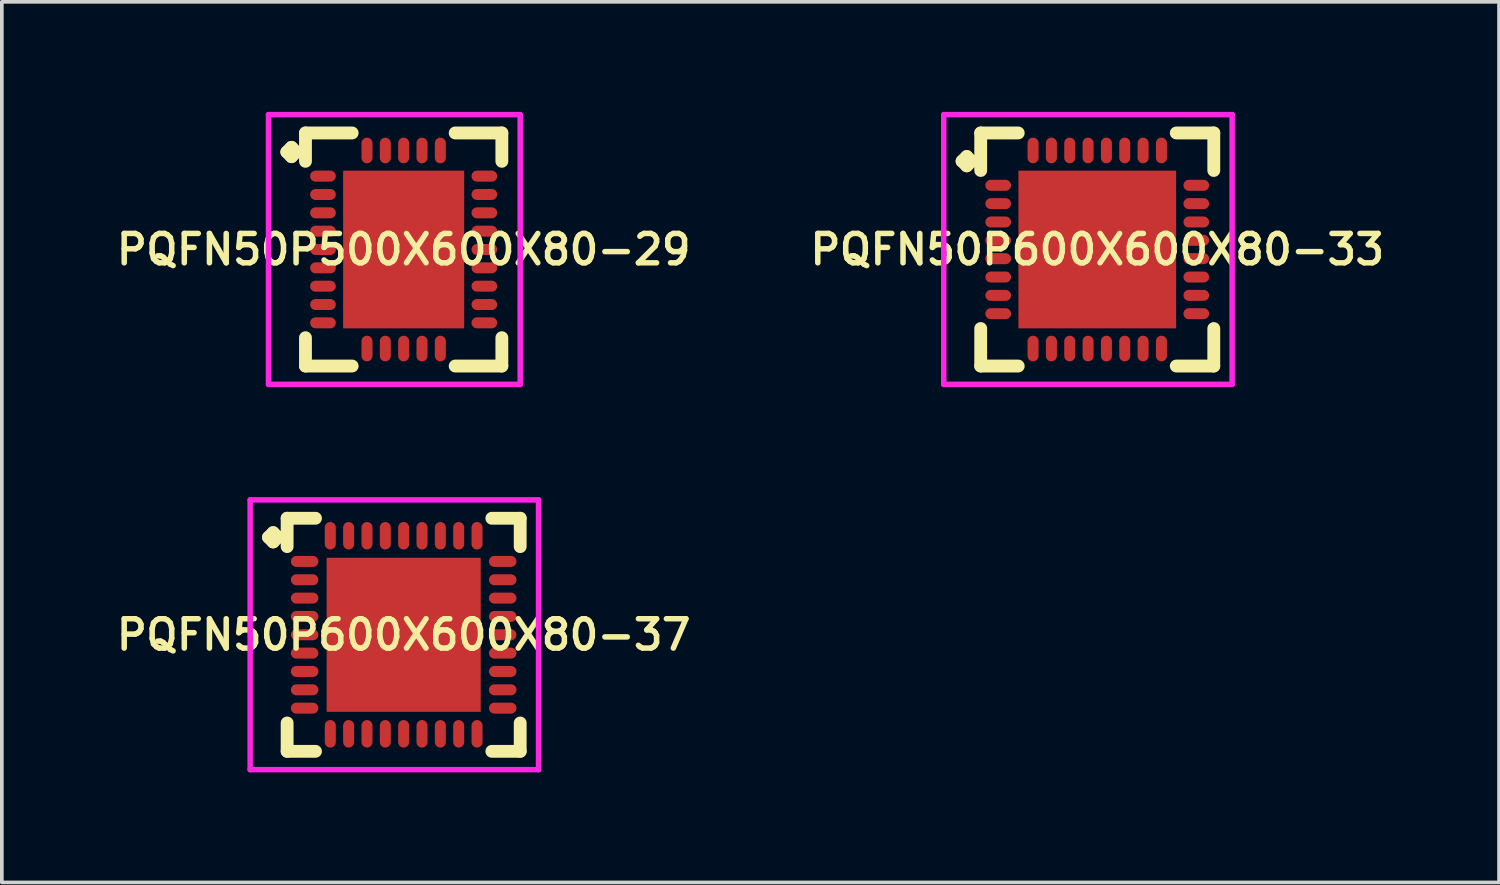
<source format=kicad_pcb>
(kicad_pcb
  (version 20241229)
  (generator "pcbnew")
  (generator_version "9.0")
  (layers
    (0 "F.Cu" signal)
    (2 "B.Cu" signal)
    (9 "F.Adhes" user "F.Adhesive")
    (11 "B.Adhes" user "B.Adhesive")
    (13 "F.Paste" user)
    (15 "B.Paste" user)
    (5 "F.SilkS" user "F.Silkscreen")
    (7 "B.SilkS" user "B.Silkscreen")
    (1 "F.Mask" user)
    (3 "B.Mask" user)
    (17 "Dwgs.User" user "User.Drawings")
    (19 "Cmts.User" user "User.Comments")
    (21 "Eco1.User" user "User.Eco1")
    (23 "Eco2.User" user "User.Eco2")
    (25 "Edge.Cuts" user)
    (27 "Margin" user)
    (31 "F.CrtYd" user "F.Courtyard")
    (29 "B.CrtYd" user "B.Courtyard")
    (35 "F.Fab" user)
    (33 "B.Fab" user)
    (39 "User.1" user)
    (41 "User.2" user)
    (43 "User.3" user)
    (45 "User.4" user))
  (footprint "PQFN50P500X600X80-29"
    (layer "F.Cu")
    (at 7.955 3.752)
    (property "Reference" "PQFN50P500X600X80-29" (at 0 0 0) (layer "F.SilkS") (effects (font (size 0.8 0.8) (thickness 0.15))))
    (attr smd)
    (fp_line (start -3.185 -2.658) (end -3.058 -2.785) (stroke (width 0.35) (type solid)) (layer "F.SilkS"))
    (fp_line (start -3.058 -2.785) (end -2.931 -2.658) (stroke (width 0.35) (type solid)) (layer "F.SilkS"))
    (fp_line (start -3.058 -2.531) (end -3.185 -2.658) (stroke (width 0.35) (type solid)) (layer "F.SilkS"))
    (fp_line (start -2.931 -2.658) (end -3.058 -2.531) (stroke (width 0.35) (type solid)) (layer "F.SilkS"))
    (fp_line (start -2.677 -3.177) (end -1.404 -3.177) (stroke (width 0.35) (type solid)) (layer "F.SilkS"))
    (fp_line (start -2.677 -2.404) (end -2.677 -3.177) (stroke (width 0.35) (type solid)) (layer "F.SilkS"))
    (fp_line (start -2.677 2.404) (end -2.677 3.177) (stroke (width 0.35) (type solid)) (layer "F.SilkS"))
    (fp_line (start -2.677 3.177) (end -1.404 3.177) (stroke (width 0.35) (type solid)) (layer "F.SilkS"))
    (fp_line (start 1.404 -3.177) (end 2.677 -3.177) (stroke (width 0.35) (type solid)) (layer "F.SilkS"))
    (fp_line (start 1.404 3.177) (end 2.677 3.177) (stroke (width 0.35) (type solid)) (layer "F.SilkS"))
    (fp_line (start 2.677 -3.177) (end 2.677 -2.404) (stroke (width 0.35) (type solid)) (layer "F.SilkS"))
    (fp_line (start 2.677 3.177) (end 2.677 2.404) (stroke (width 0.35) (type solid)) (layer "F.SilkS"))
    (fp_line (start -3.685 -3.677) (end 3.177 -3.677) (stroke (width 0.15) (type solid)) (layer "F.CrtYd"))
    (fp_line (start -3.685 3.677) (end -3.685 -3.677) (stroke (width 0.15) (type solid)) (layer "F.CrtYd"))
    (fp_line (start 3.177 -3.677) (end 3.177 3.677) (stroke (width 0.15) (type solid)) (layer "F.CrtYd"))
    (fp_line (start 3.177 3.677) (end -3.685 3.677) (stroke (width 0.15) (type solid)) (layer "F.CrtYd"))
    (pad "1" smd oval (at -2.2 -2) (size 0.7 0.3) (layers "F.Cu" "F.Mask" "F.Paste"))
    (pad "2" smd oval (at -2.2 -1.5) (size 0.7 0.3) (layers "F.Cu" "F.Mask" "F.Paste"))
    (pad "3" smd oval (at -2.2 -1) (size 0.7 0.3) (layers "F.Cu" "F.Mask" "F.Paste"))
    (pad "4" smd oval (at -2.2 -0.5) (size 0.7 0.3) (layers "F.Cu" "F.Mask" "F.Paste"))
    (pad "5" smd oval (at -2.2 0) (size 0.7 0.3) (layers "F.Cu" "F.Mask" "F.Paste"))
    (pad "6" smd oval (at -2.2 0.5) (size 0.7 0.3) (layers "F.Cu" "F.Mask" "F.Paste"))
    (pad "7" smd oval (at -2.2 1) (size 0.7 0.3) (layers "F.Cu" "F.Mask" "F.Paste"))
    (pad "8" smd oval (at -2.2 1.5) (size 0.7 0.3) (layers "F.Cu" "F.Mask" "F.Paste"))
    (pad "9" smd oval (at -2.2 2) (size 0.7 0.3) (layers "F.Cu" "F.Mask" "F.Paste"))
    (pad "10" smd oval (at -1 2.7) (size 0.3 0.7) (layers "F.Cu" "F.Mask" "F.Paste"))
    (pad "11" smd oval (at -0.5 2.7) (size 0.3 0.7) (layers "F.Cu" "F.Mask" "F.Paste"))
    (pad "12" smd oval (at 0 2.7) (size 0.3 0.7) (layers "F.Cu" "F.Mask" "F.Paste"))
    (pad "13" smd oval (at 0.5 2.7) (size 0.3 0.7) (layers "F.Cu" "F.Mask" "F.Paste"))
    (pad "14" smd oval (at 1 2.7) (size 0.3 0.7) (layers "F.Cu" "F.Mask" "F.Paste"))
    (pad "15" smd oval (at 2.2 2) (size 0.7 0.3) (layers "F.Cu" "F.Mask" "F.Paste"))
    (pad "16" smd oval (at 2.2 1.5) (size 0.7 0.3) (layers "F.Cu" "F.Mask" "F.Paste"))
    (pad "17" smd oval (at 2.2 1) (size 0.7 0.3) (layers "F.Cu" "F.Mask" "F.Paste"))
    (pad "18" smd oval (at 2.2 0.5) (size 0.7 0.3) (layers "F.Cu" "F.Mask" "F.Paste"))
    (pad "19" smd oval (at 2.2 0) (size 0.7 0.3) (layers "F.Cu" "F.Mask" "F.Paste"))
    (pad "20" smd oval (at 2.2 -0.5) (size 0.7 0.3) (layers "F.Cu" "F.Mask" "F.Paste"))
    (pad "21" smd oval (at 2.2 -1) (size 0.7 0.3) (layers "F.Cu" "F.Mask" "F.Paste"))
    (pad "22" smd oval (at 2.2 -1.5) (size 0.7 0.3) (layers "F.Cu" "F.Mask" "F.Paste"))
    (pad "23" smd oval (at 2.2 -2) (size 0.7 0.3) (layers "F.Cu" "F.Mask" "F.Paste"))
    (pad "24" smd oval (at 1 -2.7) (size 0.3 0.7) (layers "F.Cu" "F.Mask" "F.Paste"))
    (pad "25" smd oval (at 0.5 -2.7) (size 0.3 0.7) (layers "F.Cu" "F.Mask" "F.Paste"))
    (pad "26" smd oval (at 0 -2.7) (size 0.3 0.7) (layers "F.Cu" "F.Mask" "F.Paste"))
    (pad "27" smd oval (at -0.5 -2.7) (size 0.3 0.7) (layers "F.Cu" "F.Mask" "F.Paste"))
    (pad "28" smd oval (at -1 -2.7) (size 0.3 0.7) (layers "F.Cu" "F.Mask" "F.Paste"))
    (pad "29" smd rect (at 0 0) (size 3.3 4.3) (layers "F.Cu" "F.Mask" "F.Paste")))
  (footprint "PQFN50P600X600X80-37"
    (layer "F.Cu")
    (at 7.955 14.256)
    (property "Reference" "PQFN50P600X600X80-37" (at 0 0 0) (layer "F.SilkS") (effects (font (size 0.8 0.8) (thickness 0.15))))
    (attr smd)
    (fp_line (start -3.685 -2.658) (end -3.558 -2.785) (stroke (width 0.35) (type solid)) (layer "F.SilkS"))
    (fp_line (start -3.558 -2.785) (end -3.431 -2.658) (stroke (width 0.35) (type solid)) (layer "F.SilkS"))
    (fp_line (start -3.558 -2.531) (end -3.685 -2.658) (stroke (width 0.35) (type solid)) (layer "F.SilkS"))
    (fp_line (start -3.431 -2.658) (end -3.558 -2.531) (stroke (width 0.35) (type solid)) (layer "F.SilkS"))
    (fp_line (start -3.177 -3.177) (end -2.404 -3.177) (stroke (width 0.35) (type solid)) (layer "F.SilkS"))
    (fp_line (start -3.177 -2.404) (end -3.177 -3.177) (stroke (width 0.35) (type solid)) (layer "F.SilkS"))
    (fp_line (start -3.177 2.404) (end -3.177 3.177) (stroke (width 0.35) (type solid)) (layer "F.SilkS"))
    (fp_line (start -3.177 3.177) (end -2.404 3.177) (stroke (width 0.35) (type solid)) (layer "F.SilkS"))
    (fp_line (start 2.404 -3.177) (end 3.177 -3.177) (stroke (width 0.35) (type solid)) (layer "F.SilkS"))
    (fp_line (start 2.404 3.177) (end 3.177 3.177) (stroke (width 0.35) (type solid)) (layer "F.SilkS"))
    (fp_line (start 3.177 -3.177) (end 3.177 -2.404) (stroke (width 0.35) (type solid)) (layer "F.SilkS"))
    (fp_line (start 3.177 3.177) (end 3.177 2.404) (stroke (width 0.35) (type solid)) (layer "F.SilkS"))
    (fp_line (start -4.185 -3.677) (end 3.677 -3.677) (stroke (width 0.15) (type solid)) (layer "F.CrtYd"))
    (fp_line (start -4.185 3.677) (end -4.185 -3.677) (stroke (width 0.15) (type solid)) (layer "F.CrtYd"))
    (fp_line (start 3.677 -3.677) (end 3.677 3.677) (stroke (width 0.15) (type solid)) (layer "F.CrtYd"))
    (fp_line (start 3.677 3.677) (end -4.185 3.677) (stroke (width 0.15) (type solid)) (layer "F.CrtYd"))
    (pad "1" smd oval (at -2.7 -2) (size 0.75 0.3) (layers "F.Cu" "F.Mask" "F.Paste"))
    (pad "2" smd oval (at -2.7 -1.5) (size 0.75 0.3) (layers "F.Cu" "F.Mask" "F.Paste"))
    (pad "3" smd oval (at -2.7 -1) (size 0.75 0.3) (layers "F.Cu" "F.Mask" "F.Paste"))
    (pad "4" smd oval (at -2.7 -0.5) (size 0.75 0.3) (layers "F.Cu" "F.Mask" "F.Paste"))
    (pad "5" smd oval (at -2.7 0) (size 0.75 0.3) (layers "F.Cu" "F.Mask" "F.Paste"))
    (pad "6" smd oval (at -2.7 0.5) (size 0.75 0.3) (layers "F.Cu" "F.Mask" "F.Paste"))
    (pad "7" smd oval (at -2.7 1) (size 0.75 0.3) (layers "F.Cu" "F.Mask" "F.Paste"))
    (pad "8" smd oval (at -2.7 1.5) (size 0.75 0.3) (layers "F.Cu" "F.Mask" "F.Paste"))
    (pad "9" smd oval (at -2.7 2) (size 0.75 0.3) (layers "F.Cu" "F.Mask" "F.Paste"))
    (pad "10" smd oval (at -2 2.7) (size 0.3 0.75) (layers "F.Cu" "F.Mask" "F.Paste"))
    (pad "11" smd oval (at -1.5 2.7) (size 0.3 0.75) (layers "F.Cu" "F.Mask" "F.Paste"))
    (pad "12" smd oval (at -1 2.7) (size 0.3 0.75) (layers "F.Cu" "F.Mask" "F.Paste"))
    (pad "13" smd oval (at -0.5 2.7) (size 0.3 0.75) (layers "F.Cu" "F.Mask" "F.Paste"))
    (pad "14" smd oval (at 0 2.7) (size 0.3 0.75) (layers "F.Cu" "F.Mask" "F.Paste"))
    (pad "15" smd oval (at 0.5 2.7) (size 0.3 0.75) (layers "F.Cu" "F.Mask" "F.Paste"))
    (pad "16" smd oval (at 1 2.7) (size 0.3 0.75) (layers "F.Cu" "F.Mask" "F.Paste"))
    (pad "17" smd oval (at 1.5 2.7) (size 0.3 0.75) (layers "F.Cu" "F.Mask" "F.Paste"))
    (pad "18" smd oval (at 2 2.7) (size 0.3 0.75) (layers "F.Cu" "F.Mask" "F.Paste"))
    (pad "19" smd oval (at 2.7 2) (size 0.75 0.3) (layers "F.Cu" "F.Mask" "F.Paste"))
    (pad "20" smd oval (at 2.7 1.5) (size 0.75 0.3) (layers "F.Cu" "F.Mask" "F.Paste"))
    (pad "21" smd oval (at 2.7 1) (size 0.75 0.3) (layers "F.Cu" "F.Mask" "F.Paste"))
    (pad "22" smd oval (at 2.7 0.5) (size 0.75 0.3) (layers "F.Cu" "F.Mask" "F.Paste"))
    (pad "23" smd oval (at 2.7 0) (size 0.75 0.3) (layers "F.Cu" "F.Mask" "F.Paste"))
    (pad "24" smd oval (at 2.7 -0.5) (size 0.75 0.3) (layers "F.Cu" "F.Mask" "F.Paste"))
    (pad "25" smd oval (at 2.7 -1) (size 0.75 0.3) (layers "F.Cu" "F.Mask" "F.Paste"))
    (pad "26" smd oval (at 2.7 -1.5) (size 0.75 0.3) (layers "F.Cu" "F.Mask" "F.Paste"))
    (pad "27" smd oval (at 2.7 -2) (size 0.75 0.3) (layers "F.Cu" "F.Mask" "F.Paste"))
    (pad "28" smd oval (at 2 -2.7) (size 0.3 0.75) (layers "F.Cu" "F.Mask" "F.Paste"))
    (pad "29" smd oval (at 1.5 -2.7) (size 0.3 0.75) (layers "F.Cu" "F.Mask" "F.Paste"))
    (pad "30" smd oval (at 1 -2.7) (size 0.3 0.75) (layers "F.Cu" "F.Mask" "F.Paste"))
    (pad "31" smd oval (at 0.5 -2.7) (size 0.3 0.75) (layers "F.Cu" "F.Mask" "F.Paste"))
    (pad "32" smd oval (at 0 -2.7) (size 0.3 0.75) (layers "F.Cu" "F.Mask" "F.Paste"))
    (pad "33" smd oval (at -0.5 -2.7) (size 0.3 0.75) (layers "F.Cu" "F.Mask" "F.Paste"))
    (pad "34" smd oval (at -1 -2.7) (size 0.3 0.75) (layers "F.Cu" "F.Mask" "F.Paste"))
    (pad "35" smd oval (at -1.5 -2.7) (size 0.3 0.75) (layers "F.Cu" "F.Mask" "F.Paste"))
    (pad "36" smd oval (at -2 -2.7) (size 0.3 0.75) (layers "F.Cu" "F.Mask" "F.Paste"))
    (pad "37" smd rect (at 0 0) (size 4.2 4.2) (layers "F.Cu" "F.Mask" "F.Paste")))
  (footprint "PQFN50P600X600X80-33"
    (layer "F.Cu")
    (at 26.864 3.752)
    (property "Reference" "PQFN50P600X600X80-33" (at 0 0 0) (layer "F.SilkS") (effects (font (size 0.8 0.8) (thickness 0.15))))
    (attr smd)
    (fp_line (start -3.685 -2.408) (end -3.558 -2.535) (stroke (width 0.35) (type solid)) (layer "F.SilkS"))
    (fp_line (start -3.558 -2.535) (end -3.431 -2.408) (stroke (width 0.35) (type solid)) (layer "F.SilkS"))
    (fp_line (start -3.558 -2.281) (end -3.685 -2.408) (stroke (width 0.35) (type solid)) (layer "F.SilkS"))
    (fp_line (start -3.431 -2.408) (end -3.558 -2.281) (stroke (width 0.35) (type solid)) (layer "F.SilkS"))
    (fp_line (start -3.177 -3.177) (end -2.154 -3.177) (stroke (width 0.35) (type solid)) (layer "F.SilkS"))
    (fp_line (start -3.177 -2.154) (end -3.177 -3.177) (stroke (width 0.35) (type solid)) (layer "F.SilkS"))
    (fp_line (start -3.177 2.154) (end -3.177 3.177) (stroke (width 0.35) (type solid)) (layer "F.SilkS"))
    (fp_line (start -3.177 3.177) (end -2.154 3.177) (stroke (width 0.35) (type solid)) (layer "F.SilkS"))
    (fp_line (start 2.154 -3.177) (end 3.177 -3.177) (stroke (width 0.35) (type solid)) (layer "F.SilkS"))
    (fp_line (start 2.154 3.177) (end 3.177 3.177) (stroke (width 0.35) (type solid)) (layer "F.SilkS"))
    (fp_line (start 3.177 -3.177) (end 3.177 -2.154) (stroke (width 0.35) (type solid)) (layer "F.SilkS"))
    (fp_line (start 3.177 3.177) (end 3.177 2.154) (stroke (width 0.35) (type solid)) (layer "F.SilkS"))
    (fp_line (start -4.185 -3.677) (end 3.677 -3.677) (stroke (width 0.15) (type solid)) (layer "F.CrtYd"))
    (fp_line (start -4.185 3.677) (end -4.185 -3.677) (stroke (width 0.15) (type solid)) (layer "F.CrtYd"))
    (fp_line (start 3.677 -3.677) (end 3.677 3.677) (stroke (width 0.15) (type solid)) (layer "F.CrtYd"))
    (fp_line (start 3.677 3.677) (end -4.185 3.677) (stroke (width 0.15) (type solid)) (layer "F.CrtYd"))
    (pad "1" smd oval (at -2.7 -1.75) (size 0.7 0.3) (layers "F.Cu" "F.Mask" "F.Paste"))
    (pad "2" smd oval (at -2.7 -1.25) (size 0.7 0.3) (layers "F.Cu" "F.Mask" "F.Paste"))
    (pad "3" smd oval (at -2.7 -0.75) (size 0.7 0.3) (layers "F.Cu" "F.Mask" "F.Paste"))
    (pad "4" smd oval (at -2.7 -0.25) (size 0.7 0.3) (layers "F.Cu" "F.Mask" "F.Paste"))
    (pad "5" smd oval (at -2.7 0.25) (size 0.7 0.3) (layers "F.Cu" "F.Mask" "F.Paste"))
    (pad "6" smd oval (at -2.7 0.75) (size 0.7 0.3) (layers "F.Cu" "F.Mask" "F.Paste"))
    (pad "7" smd oval (at -2.7 1.25) (size 0.7 0.3) (layers "F.Cu" "F.Mask" "F.Paste"))
    (pad "8" smd oval (at -2.7 1.75) (size 0.7 0.3) (layers "F.Cu" "F.Mask" "F.Paste"))
    (pad "9" smd oval (at -1.75 2.7) (size 0.3 0.7) (layers "F.Cu" "F.Mask" "F.Paste"))
    (pad "10" smd oval (at -1.25 2.7) (size 0.3 0.7) (layers "F.Cu" "F.Mask" "F.Paste"))
    (pad "11" smd oval (at -0.75 2.7) (size 0.3 0.7) (layers "F.Cu" "F.Mask" "F.Paste"))
    (pad "12" smd oval (at -0.25 2.7) (size 0.3 0.7) (layers "F.Cu" "F.Mask" "F.Paste"))
    (pad "13" smd oval (at 0.25 2.7) (size 0.3 0.7) (layers "F.Cu" "F.Mask" "F.Paste"))
    (pad "14" smd oval (at 0.75 2.7) (size 0.3 0.7) (layers "F.Cu" "F.Mask" "F.Paste"))
    (pad "15" smd oval (at 1.25 2.7) (size 0.3 0.7) (layers "F.Cu" "F.Mask" "F.Paste"))
    (pad "16" smd oval (at 1.75 2.7) (size 0.3 0.7) (layers "F.Cu" "F.Mask" "F.Paste"))
    (pad "17" smd oval (at 2.7 1.75) (size 0.7 0.3) (layers "F.Cu" "F.Mask" "F.Paste"))
    (pad "18" smd oval (at 2.7 1.25) (size 0.7 0.3) (layers "F.Cu" "F.Mask" "F.Paste"))
    (pad "19" smd oval (at 2.7 0.75) (size 0.7 0.3) (layers "F.Cu" "F.Mask" "F.Paste"))
    (pad "20" smd oval (at 2.7 0.25) (size 0.7 0.3) (layers "F.Cu" "F.Mask" "F.Paste"))
    (pad "21" smd oval (at 2.7 -0.25) (size 0.7 0.3) (layers "F.Cu" "F.Mask" "F.Paste"))
    (pad "22" smd oval (at 2.7 -0.75) (size 0.7 0.3) (layers "F.Cu" "F.Mask" "F.Paste"))
    (pad "23" smd oval (at 2.7 -1.25) (size 0.7 0.3) (layers "F.Cu" "F.Mask" "F.Paste"))
    (pad "24" smd oval (at 2.7 -1.75) (size 0.7 0.3) (layers "F.Cu" "F.Mask" "F.Paste"))
    (pad "25" smd oval (at 1.75 -2.7) (size 0.3 0.7) (layers "F.Cu" "F.Mask" "F.Paste"))
    (pad "26" smd oval (at 1.25 -2.7) (size 0.3 0.7) (layers "F.Cu" "F.Mask" "F.Paste"))
    (pad "27" smd oval (at 0.75 -2.7) (size 0.3 0.7) (layers "F.Cu" "F.Mask" "F.Paste"))
    (pad "28" smd oval (at 0.25 -2.7) (size 0.3 0.7) (layers "F.Cu" "F.Mask" "F.Paste"))
    (pad "29" smd oval (at -0.25 -2.7) (size 0.3 0.7) (layers "F.Cu" "F.Mask" "F.Paste"))
    (pad "30" smd oval (at -0.75 -2.7) (size 0.3 0.7) (layers "F.Cu" "F.Mask" "F.Paste"))
    (pad "31" smd oval (at -1.25 -2.7) (size 0.3 0.7) (layers "F.Cu" "F.Mask" "F.Paste"))
    (pad "32" smd oval (at -1.75 -2.7) (size 0.3 0.7) (layers "F.Cu" "F.Mask" "F.Paste"))
    (pad "33" smd rect (at 0 0) (size 4.3 4.3) (layers "F.Cu" "F.Mask" "F.Paste")))
  (gr_rect
    (start -3 -3)
    (end 37.818 21.008)
    (stroke (width 0.1) (type default))
    (fill no)
    (layer "Edge.Cuts")))
</source>
